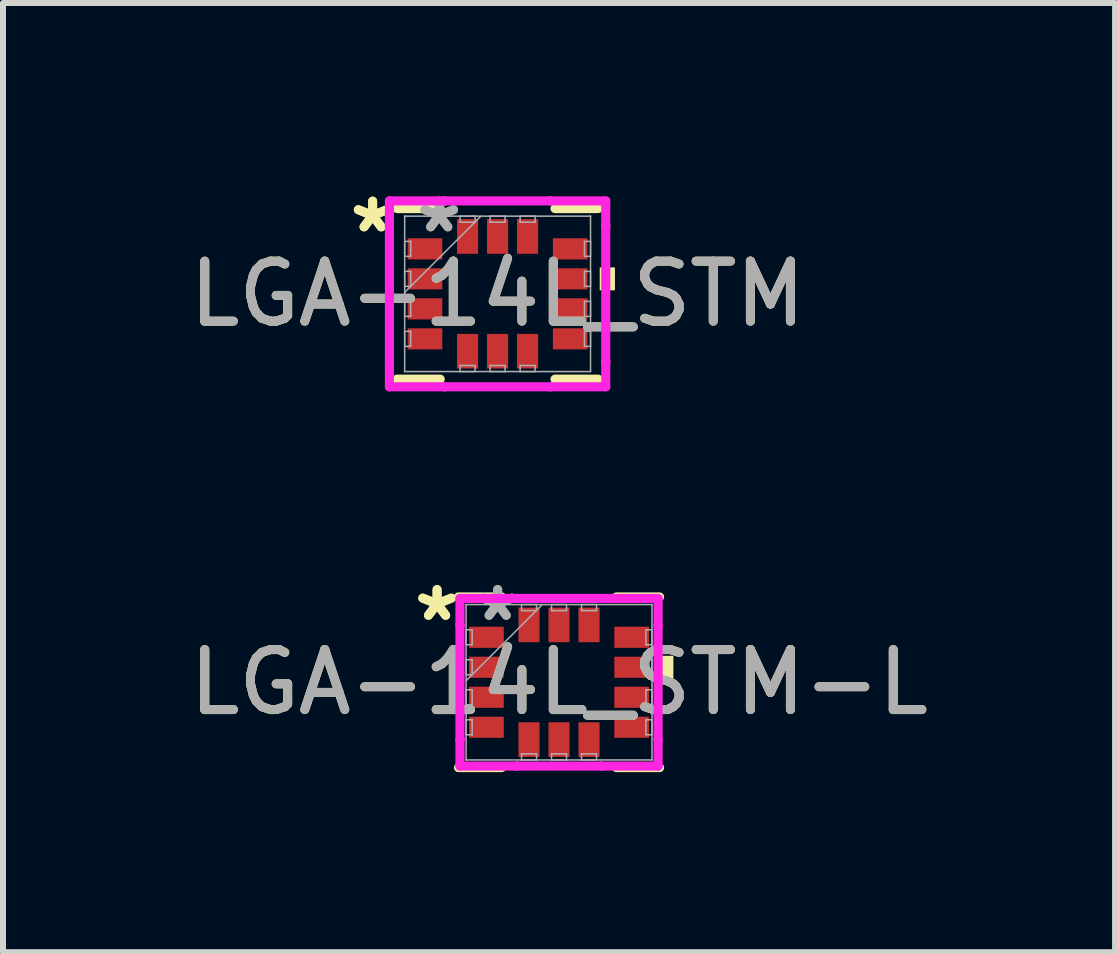
<source format=kicad_pcb>
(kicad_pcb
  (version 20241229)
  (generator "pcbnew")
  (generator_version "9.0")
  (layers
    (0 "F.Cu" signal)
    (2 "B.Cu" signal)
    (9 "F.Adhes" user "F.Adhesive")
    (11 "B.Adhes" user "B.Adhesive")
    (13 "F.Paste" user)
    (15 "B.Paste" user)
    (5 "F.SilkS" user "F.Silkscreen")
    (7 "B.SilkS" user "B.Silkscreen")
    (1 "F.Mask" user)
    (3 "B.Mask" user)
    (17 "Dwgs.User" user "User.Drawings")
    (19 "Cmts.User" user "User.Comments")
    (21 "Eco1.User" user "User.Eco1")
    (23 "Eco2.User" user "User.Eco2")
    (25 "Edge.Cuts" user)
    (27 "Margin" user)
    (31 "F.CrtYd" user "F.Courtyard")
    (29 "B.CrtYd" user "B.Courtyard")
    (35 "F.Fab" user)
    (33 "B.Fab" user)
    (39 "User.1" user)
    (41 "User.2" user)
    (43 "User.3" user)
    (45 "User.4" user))
  (footprint "LGA-14L_STM"
    (layer "F.Cu")
    (at 5.244 1.848)
    (property "Reference" "LGA-14L_STM" (at 0 0 0) (unlocked yes) (layer "F.SilkS") (effects (font (size 1 1) (thickness 0.15))))
    (attr smd)
    (fp_line (start -1.676 1.422) (end -0.957 1.422) (stroke (width 0.152) (type solid)) (layer "F.SilkS"))
    (fp_line (start -0.957 -1.422) (end -1.676 -1.422) (stroke (width 0.152) (type solid)) (layer "F.SilkS"))
    (fp_line (start 0.957 1.422) (end 1.676 1.422) (stroke (width 0.152) (type solid)) (layer "F.SilkS"))
    (fp_line (start 1.676 -1.422) (end 0.957 -1.422) (stroke (width 0.152) (type solid)) (layer "F.SilkS"))
    (fp_poly (pts (xy 1.956 -0.441) (xy 1.956 -0.059) (xy 1.702 -0.059) (xy 1.702 -0.441)) (stroke (width 0) (type solid)) (fill yes) (layer "F.SilkS"))
    (fp_line (start -1.803 -1.549) (end -0.879 -1.549) (stroke (width 0.152) (type solid)) (layer "F.CrtYd"))
    (fp_line (start -1.803 -1.129) (end -1.803 -1.549) (stroke (width 0.152) (type solid)) (layer "F.CrtYd"))
    (fp_line (start -1.803 -1.129) (end -1.803 -1.129) (stroke (width 0.152) (type solid)) (layer "F.CrtYd"))
    (fp_line (start -1.803 1.129) (end -1.803 -1.129) (stroke (width 0.152) (type solid)) (layer "F.CrtYd"))
    (fp_line (start -1.803 1.129) (end -1.803 1.129) (stroke (width 0.152) (type solid)) (layer "F.CrtYd"))
    (fp_line (start -1.803 1.549) (end -1.803 1.129) (stroke (width 0.152) (type solid)) (layer "F.CrtYd"))
    (fp_line (start -0.879 -1.549) (end -0.879 -1.549) (stroke (width 0.152) (type solid)) (layer "F.CrtYd"))
    (fp_line (start -0.879 -1.549) (end 0.879 -1.549) (stroke (width 0.152) (type solid)) (layer "F.CrtYd"))
    (fp_line (start -0.879 1.549) (end -1.803 1.549) (stroke (width 0.152) (type solid)) (layer "F.CrtYd"))
    (fp_line (start -0.879 1.549) (end -0.879 1.549) (stroke (width 0.152) (type solid)) (layer "F.CrtYd"))
    (fp_line (start 0.879 -1.549) (end 0.879 -1.549) (stroke (width 0.152) (type solid)) (layer "F.CrtYd"))
    (fp_line (start 0.879 -1.549) (end 1.803 -1.549) (stroke (width 0.152) (type solid)) (layer "F.CrtYd"))
    (fp_line (start 0.879 1.549) (end -0.879 1.549) (stroke (width 0.152) (type solid)) (layer "F.CrtYd"))
    (fp_line (start 0.879 1.549) (end 0.879 1.549) (stroke (width 0.152) (type solid)) (layer "F.CrtYd"))
    (fp_line (start 1.803 -1.549) (end 1.803 -1.129) (stroke (width 0.152) (type solid)) (layer "F.CrtYd"))
    (fp_line (start 1.803 -1.129) (end 1.803 -1.129) (stroke (width 0.152) (type solid)) (layer "F.CrtYd"))
    (fp_line (start 1.803 -1.129) (end 1.803 1.129) (stroke (width 0.152) (type solid)) (layer "F.CrtYd"))
    (fp_line (start 1.803 1.129) (end 1.803 1.129) (stroke (width 0.152) (type solid)) (layer "F.CrtYd"))
    (fp_line (start 1.803 1.129) (end 1.803 1.549) (stroke (width 0.152) (type solid)) (layer "F.CrtYd"))
    (fp_line (start 1.803 1.549) (end 0.879 1.549) (stroke (width 0.152) (type solid)) (layer "F.CrtYd"))
    (fp_line (start -1.549 -1.295) (end -1.549 -1.295) (stroke (width 0.025) (type solid)) (layer "F.Fab"))
    (fp_line (start -1.549 -1.295) (end -1.549 1.295) (stroke (width 0.025) (type solid)) (layer "F.Fab"))
    (fp_line (start -1.549 -0.875) (end -1.448 -0.875) (stroke (width 0.025) (type solid)) (layer "F.Fab"))
    (fp_line (start -1.549 -0.625) (end -1.549 -0.875) (stroke (width 0.025) (type solid)) (layer "F.Fab"))
    (fp_line (start -1.549 -0.375) (end -1.448 -0.375) (stroke (width 0.025) (type solid)) (layer "F.Fab"))
    (fp_line (start -1.549 -0.125) (end -1.549 -0.375) (stroke (width 0.025) (type solid)) (layer "F.Fab"))
    (fp_line (start -1.549 -0.025) (end -0.279 -1.295) (stroke (width 0.025) (type solid)) (layer "F.Fab"))
    (fp_line (start -1.549 0.125) (end -1.448 0.125) (stroke (width 0.025) (type solid)) (layer "F.Fab"))
    (fp_line (start -1.549 0.375) (end -1.549 0.125) (stroke (width 0.025) (type solid)) (layer "F.Fab"))
    (fp_line (start -1.549 0.625) (end -1.448 0.625) (stroke (width 0.025) (type solid)) (layer "F.Fab"))
    (fp_line (start -1.549 0.875) (end -1.549 0.625) (stroke (width 0.025) (type solid)) (layer "F.Fab"))
    (fp_line (start -1.549 1.295) (end -1.549 1.295) (stroke (width 0.025) (type solid)) (layer "F.Fab"))
    (fp_line (start -1.549 1.295) (end 1.549 1.295) (stroke (width 0.025) (type solid)) (layer "F.Fab"))
    (fp_line (start -1.448 -0.875) (end -1.448 -0.625) (stroke (width 0.025) (type solid)) (layer "F.Fab"))
    (fp_line (start -1.448 -0.625) (end -1.549 -0.625) (stroke (width 0.025) (type solid)) (layer "F.Fab"))
    (fp_line (start -1.448 -0.375) (end -1.448 -0.125) (stroke (width 0.025) (type solid)) (layer "F.Fab"))
    (fp_line (start -1.448 -0.125) (end -1.549 -0.125) (stroke (width 0.025) (type solid)) (layer "F.Fab"))
    (fp_line (start -1.448 0.125) (end -1.448 0.375) (stroke (width 0.025) (type solid)) (layer "F.Fab"))
    (fp_line (start -1.448 0.375) (end -1.549 0.375) (stroke (width 0.025) (type solid)) (layer "F.Fab"))
    (fp_line (start -1.448 0.625) (end -1.448 0.875) (stroke (width 0.025) (type solid)) (layer "F.Fab"))
    (fp_line (start -1.448 0.875) (end -1.549 0.875) (stroke (width 0.025) (type solid)) (layer "F.Fab"))
    (fp_line (start -0.625 -1.295) (end -0.375 -1.295) (stroke (width 0.025) (type solid)) (layer "F.Fab"))
    (fp_line (start -0.625 -1.194) (end -0.625 -1.295) (stroke (width 0.025) (type solid)) (layer "F.Fab"))
    (fp_line (start -0.625 1.194) (end -0.375 1.194) (stroke (width 0.025) (type solid)) (layer "F.Fab"))
    (fp_line (start -0.625 1.295) (end -0.625 1.194) (stroke (width 0.025) (type solid)) (layer "F.Fab"))
    (fp_line (start -0.375 -1.295) (end -0.375 -1.194) (stroke (width 0.025) (type solid)) (layer "F.Fab"))
    (fp_line (start -0.375 -1.194) (end -0.625 -1.194) (stroke (width 0.025) (type solid)) (layer "F.Fab"))
    (fp_line (start -0.375 1.194) (end -0.375 1.295) (stroke (width 0.025) (type solid)) (layer "F.Fab"))
    (fp_line (start -0.375 1.295) (end -0.625 1.295) (stroke (width 0.025) (type solid)) (layer "F.Fab"))
    (fp_line (start -0.125 -1.295) (end 0.125 -1.295) (stroke (width 0.025) (type solid)) (layer "F.Fab"))
    (fp_line (start -0.125 -1.194) (end -0.125 -1.295) (stroke (width 0.025) (type solid)) (layer "F.Fab"))
    (fp_line (start -0.125 1.194) (end 0.125 1.194) (stroke (width 0.025) (type solid)) (layer "F.Fab"))
    (fp_line (start -0.125 1.295) (end -0.125 1.194) (stroke (width 0.025) (type solid)) (layer "F.Fab"))
    (fp_line (start 0.125 -1.295) (end 0.125 -1.194) (stroke (width 0.025) (type solid)) (layer "F.Fab"))
    (fp_line (start 0.125 -1.194) (end -0.125 -1.194) (stroke (width 0.025) (type solid)) (layer "F.Fab"))
    (fp_line (start 0.125 1.194) (end 0.125 1.295) (stroke (width 0.025) (type solid)) (layer "F.Fab"))
    (fp_line (start 0.125 1.295) (end -0.125 1.295) (stroke (width 0.025) (type solid)) (layer "F.Fab"))
    (fp_line (start 0.375 -1.295) (end 0.625 -1.295) (stroke (width 0.025) (type solid)) (layer "F.Fab"))
    (fp_line (start 0.375 -1.194) (end 0.375 -1.295) (stroke (width 0.025) (type solid)) (layer "F.Fab"))
    (fp_line (start 0.375 1.194) (end 0.625 1.194) (stroke (width 0.025) (type solid)) (layer "F.Fab"))
    (fp_line (start 0.375 1.295) (end 0.375 1.194) (stroke (width 0.025) (type solid)) (layer "F.Fab"))
    (fp_line (start 0.625 -1.295) (end 0.625 -1.194) (stroke (width 0.025) (type solid)) (layer "F.Fab"))
    (fp_line (start 0.625 -1.194) (end 0.375 -1.194) (stroke (width 0.025) (type solid)) (layer "F.Fab"))
    (fp_line (start 0.625 1.194) (end 0.625 1.295) (stroke (width 0.025) (type solid)) (layer "F.Fab"))
    (fp_line (start 0.625 1.295) (end 0.375 1.295) (stroke (width 0.025) (type solid)) (layer "F.Fab"))
    (fp_line (start 1.448 -0.875) (end 1.549 -0.875) (stroke (width 0.025) (type solid)) (layer "F.Fab"))
    (fp_line (start 1.448 -0.625) (end 1.448 -0.875) (stroke (width 0.025) (type solid)) (layer "F.Fab"))
    (fp_line (start 1.448 -0.375) (end 1.549 -0.375) (stroke (width 0.025) (type solid)) (layer "F.Fab"))
    (fp_line (start 1.448 -0.125) (end 1.448 -0.375) (stroke (width 0.025) (type solid)) (layer "F.Fab"))
    (fp_line (start 1.448 0.125) (end 1.549 0.125) (stroke (width 0.025) (type solid)) (layer "F.Fab"))
    (fp_line (start 1.448 0.375) (end 1.448 0.125) (stroke (width 0.025) (type solid)) (layer "F.Fab"))
    (fp_line (start 1.448 0.625) (end 1.549 0.625) (stroke (width 0.025) (type solid)) (layer "F.Fab"))
    (fp_line (start 1.448 0.875) (end 1.448 0.625) (stroke (width 0.025) (type solid)) (layer "F.Fab"))
    (fp_line (start 1.549 -1.295) (end -1.549 -1.295) (stroke (width 0.025) (type solid)) (layer "F.Fab"))
    (fp_line (start 1.549 -1.295) (end 1.549 -1.295) (stroke (width 0.025) (type solid)) (layer "F.Fab"))
    (fp_line (start 1.549 -0.875) (end 1.549 -0.625) (stroke (width 0.025) (type solid)) (layer "F.Fab"))
    (fp_line (start 1.549 -0.625) (end 1.448 -0.625) (stroke (width 0.025) (type solid)) (layer "F.Fab"))
    (fp_line (start 1.549 -0.375) (end 1.549 -0.125) (stroke (width 0.025) (type solid)) (layer "F.Fab"))
    (fp_line (start 1.549 -0.125) (end 1.448 -0.125) (stroke (width 0.025) (type solid)) (layer "F.Fab"))
    (fp_line (start 1.549 0.125) (end 1.549 0.375) (stroke (width 0.025) (type solid)) (layer "F.Fab"))
    (fp_line (start 1.549 0.375) (end 1.448 0.375) (stroke (width 0.025) (type solid)) (layer "F.Fab"))
    (fp_line (start 1.549 0.625) (end 1.549 0.875) (stroke (width 0.025) (type solid)) (layer "F.Fab"))
    (fp_line (start 1.549 0.875) (end 1.448 0.875) (stroke (width 0.025) (type solid)) (layer "F.Fab"))
    (fp_line (start 1.549 1.295) (end 1.549 -1.295) (stroke (width 0.025) (type solid)) (layer "F.Fab"))
    (fp_line (start 1.549 1.295) (end 1.549 1.295) (stroke (width 0.025) (type solid)) (layer "F.Fab"))
    (fp_text user "*" (at -2.083 -1 0) (unlocked yes) (layer "F.SilkS") (effects (font (size 1 1) (thickness 0.15))))
    (fp_text user "*" (at -2.083 -1 0) (layer "F.SilkS") (effects (font (size 1 1) (thickness 0.15))))
    (fp_text user "*" (at -0.973 -1 0) (layer "F.Fab") (effects (font (size 1 1) (thickness 0.15))))
    (fp_text user "${REFERENCE}" (at 0 0 0) (unlocked yes) (layer "F.Fab") (effects (font (size 1 1) (thickness 0.15))))
    (fp_text user "*" (at -0.973 -1 0) (unlocked yes) (layer "F.Fab") (effects (font (size 1 1) (thickness 0.15))))
    (pad "1" smd rect (at -1.21 -0.75 90) (size 0.352 0.577) (layers "F.Cu" "F.Mask" "F.Paste"))
    (pad "2" smd rect (at -1.21 -0.25 90) (size 0.352 0.577) (layers "F.Cu" "F.Mask" "F.Paste"))
    (pad "3" smd rect (at -1.21 0.25 90) (size 0.352 0.577) (layers "F.Cu" "F.Mask" "F.Paste"))
    (pad "4" smd rect (at -1.21 0.75 90) (size 0.352 0.577) (layers "F.Cu" "F.Mask" "F.Paste"))
    (pad "5" smd rect (at -0.5 0.956) (size 0.352 0.577) (layers "F.Cu" "F.Mask" "F.Paste"))
    (pad "6" smd rect (at 0 0.956) (size 0.352 0.577) (layers "F.Cu" "F.Mask" "F.Paste"))
    (pad "7" smd rect (at 0.5 0.956) (size 0.352 0.577) (layers "F.Cu" "F.Mask" "F.Paste"))
    (pad "8" smd rect (at 1.21 0.75 90) (size 0.352 0.577) (layers "F.Cu" "F.Mask" "F.Paste"))
    (pad "9" smd rect (at 1.21 0.25 90) (size 0.352 0.577) (layers "F.Cu" "F.Mask" "F.Paste"))
    (pad "10" smd rect (at 1.21 -0.25 90) (size 0.352 0.577) (layers "F.Cu" "F.Mask" "F.Paste"))
    (pad "11" smd rect (at 1.21 -0.75 90) (size 0.352 0.577) (layers "F.Cu" "F.Mask" "F.Paste"))
    (pad "12" smd rect (at 0.5 -0.956) (size 0.352 0.577) (layers "F.Cu" "F.Mask" "F.Paste"))
    (pad "13" smd rect (at 0 -0.956) (size 0.352 0.577) (layers "F.Cu" "F.Mask" "F.Paste"))
    (pad "14" smd rect (at -0.5 -0.956) (size 0.352 0.577) (layers "F.Cu" "F.Mask" "F.Paste")))
  (footprint "LGA-14L_STM-L"
    (layer "F.Cu")
    (at 6.268 8.322)
    (property "Reference" "LGA-14L_STM-L" (at 0 0 0) (unlocked yes) (layer "F.SilkS") (effects (font (size 1 1) (thickness 0.15))))
    (attr smd)
    (fp_line (start -1.676 1.422) (end -0.957 1.422) (stroke (width 0.152) (type solid)) (layer "F.SilkS"))
    (fp_line (start -0.957 -1.422) (end -1.676 -1.422) (stroke (width 0.152) (type solid)) (layer "F.SilkS"))
    (fp_line (start 0.957 1.422) (end 1.676 1.422) (stroke (width 0.152) (type solid)) (layer "F.SilkS"))
    (fp_line (start 1.676 -1.422) (end 0.957 -1.422) (stroke (width 0.152) (type solid)) (layer "F.SilkS"))
    (fp_poly (pts (xy 1.906 -0.441) (xy 1.906 -0.059) (xy 1.652 -0.059) (xy 1.652 -0.441)) (stroke (width 0) (type solid)) (fill yes) (layer "F.SilkS"))
    (fp_line (start -1.651 -1.397) (end -0.702 -1.397) (stroke (width 0.152) (type solid)) (layer "F.CrtYd"))
    (fp_line (start -1.651 -0.952) (end -1.651 -1.397) (stroke (width 0.152) (type solid)) (layer "F.CrtYd"))
    (fp_line (start -1.651 -0.952) (end -1.651 -0.952) (stroke (width 0.152) (type solid)) (layer "F.CrtYd"))
    (fp_line (start -1.651 0.952) (end -1.651 -0.952) (stroke (width 0.152) (type solid)) (layer "F.CrtYd"))
    (fp_line (start -1.651 0.952) (end -1.651 0.952) (stroke (width 0.152) (type solid)) (layer "F.CrtYd"))
    (fp_line (start -1.651 1.397) (end -1.651 0.952) (stroke (width 0.152) (type solid)) (layer "F.CrtYd"))
    (fp_line (start -0.702 -1.397) (end -0.702 -1.397) (stroke (width 0.152) (type solid)) (layer "F.CrtYd"))
    (fp_line (start -0.702 -1.397) (end 0.702 -1.397) (stroke (width 0.152) (type solid)) (layer "F.CrtYd"))
    (fp_line (start -0.702 1.397) (end -1.651 1.397) (stroke (width 0.152) (type solid)) (layer "F.CrtYd"))
    (fp_line (start -0.702 1.397) (end -0.702 1.397) (stroke (width 0.152) (type solid)) (layer "F.CrtYd"))
    (fp_line (start 0.702 -1.397) (end 0.702 -1.397) (stroke (width 0.152) (type solid)) (layer "F.CrtYd"))
    (fp_line (start 0.702 -1.397) (end 1.651 -1.397) (stroke (width 0.152) (type solid)) (layer "F.CrtYd"))
    (fp_line (start 0.702 1.397) (end -0.702 1.397) (stroke (width 0.152) (type solid)) (layer "F.CrtYd"))
    (fp_line (start 0.702 1.397) (end 0.702 1.397) (stroke (width 0.152) (type solid)) (layer "F.CrtYd"))
    (fp_line (start 1.651 -1.397) (end 1.651 -0.952) (stroke (width 0.152) (type solid)) (layer "F.CrtYd"))
    (fp_line (start 1.651 -0.952) (end 1.651 -0.952) (stroke (width 0.152) (type solid)) (layer "F.CrtYd"))
    (fp_line (start 1.651 -0.952) (end 1.651 0.952) (stroke (width 0.152) (type solid)) (layer "F.CrtYd"))
    (fp_line (start 1.651 0.952) (end 1.651 0.952) (stroke (width 0.152) (type solid)) (layer "F.CrtYd"))
    (fp_line (start 1.651 0.952) (end 1.651 1.397) (stroke (width 0.152) (type solid)) (layer "F.CrtYd"))
    (fp_line (start 1.651 1.397) (end 0.702 1.397) (stroke (width 0.152) (type solid)) (layer "F.CrtYd"))
    (fp_line (start -1.549 -1.295) (end -1.549 -1.295) (stroke (width 0.025) (type solid)) (layer "F.Fab"))
    (fp_line (start -1.549 -1.295) (end -1.549 1.295) (stroke (width 0.025) (type solid)) (layer "F.Fab"))
    (fp_line (start -1.549 -0.875) (end -1.448 -0.875) (stroke (width 0.025) (type solid)) (layer "F.Fab"))
    (fp_line (start -1.549 -0.625) (end -1.549 -0.875) (stroke (width 0.025) (type solid)) (layer "F.Fab"))
    (fp_line (start -1.549 -0.375) (end -1.448 -0.375) (stroke (width 0.025) (type solid)) (layer "F.Fab"))
    (fp_line (start -1.549 -0.125) (end -1.549 -0.375) (stroke (width 0.025) (type solid)) (layer "F.Fab"))
    (fp_line (start -1.549 -0.025) (end -0.279 -1.295) (stroke (width 0.025) (type solid)) (layer "F.Fab"))
    (fp_line (start -1.549 0.125) (end -1.448 0.125) (stroke (width 0.025) (type solid)) (layer "F.Fab"))
    (fp_line (start -1.549 0.375) (end -1.549 0.125) (stroke (width 0.025) (type solid)) (layer "F.Fab"))
    (fp_line (start -1.549 0.625) (end -1.448 0.625) (stroke (width 0.025) (type solid)) (layer "F.Fab"))
    (fp_line (start -1.549 0.875) (end -1.549 0.625) (stroke (width 0.025) (type solid)) (layer "F.Fab"))
    (fp_line (start -1.549 1.295) (end -1.549 1.295) (stroke (width 0.025) (type solid)) (layer "F.Fab"))
    (fp_line (start -1.549 1.295) (end 1.549 1.295) (stroke (width 0.025) (type solid)) (layer "F.Fab"))
    (fp_line (start -1.448 -0.875) (end -1.448 -0.625) (stroke (width 0.025) (type solid)) (layer "F.Fab"))
    (fp_line (start -1.448 -0.625) (end -1.549 -0.625) (stroke (width 0.025) (type solid)) (layer "F.Fab"))
    (fp_line (start -1.448 -0.375) (end -1.448 -0.125) (stroke (width 0.025) (type solid)) (layer "F.Fab"))
    (fp_line (start -1.448 -0.125) (end -1.549 -0.125) (stroke (width 0.025) (type solid)) (layer "F.Fab"))
    (fp_line (start -1.448 0.125) (end -1.448 0.375) (stroke (width 0.025) (type solid)) (layer "F.Fab"))
    (fp_line (start -1.448 0.375) (end -1.549 0.375) (stroke (width 0.025) (type solid)) (layer "F.Fab"))
    (fp_line (start -1.448 0.625) (end -1.448 0.875) (stroke (width 0.025) (type solid)) (layer "F.Fab"))
    (fp_line (start -1.448 0.875) (end -1.549 0.875) (stroke (width 0.025) (type solid)) (layer "F.Fab"))
    (fp_line (start -0.625 -1.295) (end -0.375 -1.295) (stroke (width 0.025) (type solid)) (layer "F.Fab"))
    (fp_line (start -0.625 -1.194) (end -0.625 -1.295) (stroke (width 0.025) (type solid)) (layer "F.Fab"))
    (fp_line (start -0.625 1.194) (end -0.375 1.194) (stroke (width 0.025) (type solid)) (layer "F.Fab"))
    (fp_line (start -0.625 1.295) (end -0.625 1.194) (stroke (width 0.025) (type solid)) (layer "F.Fab"))
    (fp_line (start -0.375 -1.295) (end -0.375 -1.194) (stroke (width 0.025) (type solid)) (layer "F.Fab"))
    (fp_line (start -0.375 -1.194) (end -0.625 -1.194) (stroke (width 0.025) (type solid)) (layer "F.Fab"))
    (fp_line (start -0.375 1.194) (end -0.375 1.295) (stroke (width 0.025) (type solid)) (layer "F.Fab"))
    (fp_line (start -0.375 1.295) (end -0.625 1.295) (stroke (width 0.025) (type solid)) (layer "F.Fab"))
    (fp_line (start -0.125 -1.295) (end 0.125 -1.295) (stroke (width 0.025) (type solid)) (layer "F.Fab"))
    (fp_line (start -0.125 -1.194) (end -0.125 -1.295) (stroke (width 0.025) (type solid)) (layer "F.Fab"))
    (fp_line (start -0.125 1.194) (end 0.125 1.194) (stroke (width 0.025) (type solid)) (layer "F.Fab"))
    (fp_line (start -0.125 1.295) (end -0.125 1.194) (stroke (width 0.025) (type solid)) (layer "F.Fab"))
    (fp_line (start 0.125 -1.295) (end 0.125 -1.194) (stroke (width 0.025) (type solid)) (layer "F.Fab"))
    (fp_line (start 0.125 -1.194) (end -0.125 -1.194) (stroke (width 0.025) (type solid)) (layer "F.Fab"))
    (fp_line (start 0.125 1.194) (end 0.125 1.295) (stroke (width 0.025) (type solid)) (layer "F.Fab"))
    (fp_line (start 0.125 1.295) (end -0.125 1.295) (stroke (width 0.025) (type solid)) (layer "F.Fab"))
    (fp_line (start 0.375 -1.295) (end 0.625 -1.295) (stroke (width 0.025) (type solid)) (layer "F.Fab"))
    (fp_line (start 0.375 -1.194) (end 0.375 -1.295) (stroke (width 0.025) (type solid)) (layer "F.Fab"))
    (fp_line (start 0.375 1.194) (end 0.625 1.194) (stroke (width 0.025) (type solid)) (layer "F.Fab"))
    (fp_line (start 0.375 1.295) (end 0.375 1.194) (stroke (width 0.025) (type solid)) (layer "F.Fab"))
    (fp_line (start 0.625 -1.295) (end 0.625 -1.194) (stroke (width 0.025) (type solid)) (layer "F.Fab"))
    (fp_line (start 0.625 -1.194) (end 0.375 -1.194) (stroke (width 0.025) (type solid)) (layer "F.Fab"))
    (fp_line (start 0.625 1.194) (end 0.625 1.295) (stroke (width 0.025) (type solid)) (layer "F.Fab"))
    (fp_line (start 0.625 1.295) (end 0.375 1.295) (stroke (width 0.025) (type solid)) (layer "F.Fab"))
    (fp_line (start 1.448 -0.875) (end 1.549 -0.875) (stroke (width 0.025) (type solid)) (layer "F.Fab"))
    (fp_line (start 1.448 -0.625) (end 1.448 -0.875) (stroke (width 0.025) (type solid)) (layer "F.Fab"))
    (fp_line (start 1.448 -0.375) (end 1.549 -0.375) (stroke (width 0.025) (type solid)) (layer "F.Fab"))
    (fp_line (start 1.448 -0.125) (end 1.448 -0.375) (stroke (width 0.025) (type solid)) (layer "F.Fab"))
    (fp_line (start 1.448 0.125) (end 1.549 0.125) (stroke (width 0.025) (type solid)) (layer "F.Fab"))
    (fp_line (start 1.448 0.375) (end 1.448 0.125) (stroke (width 0.025) (type solid)) (layer "F.Fab"))
    (fp_line (start 1.448 0.625) (end 1.549 0.625) (stroke (width 0.025) (type solid)) (layer "F.Fab"))
    (fp_line (start 1.448 0.875) (end 1.448 0.625) (stroke (width 0.025) (type solid)) (layer "F.Fab"))
    (fp_line (start 1.549 -1.295) (end -1.549 -1.295) (stroke (width 0.025) (type solid)) (layer "F.Fab"))
    (fp_line (start 1.549 -1.295) (end 1.549 -1.295) (stroke (width 0.025) (type solid)) (layer "F.Fab"))
    (fp_line (start 1.549 -0.875) (end 1.549 -0.625) (stroke (width 0.025) (type solid)) (layer "F.Fab"))
    (fp_line (start 1.549 -0.625) (end 1.448 -0.625) (stroke (width 0.025) (type solid)) (layer "F.Fab"))
    (fp_line (start 1.549 -0.375) (end 1.549 -0.125) (stroke (width 0.025) (type solid)) (layer "F.Fab"))
    (fp_line (start 1.549 -0.125) (end 1.448 -0.125) (stroke (width 0.025) (type solid)) (layer "F.Fab"))
    (fp_line (start 1.549 0.125) (end 1.549 0.375) (stroke (width 0.025) (type solid)) (layer "F.Fab"))
    (fp_line (start 1.549 0.375) (end 1.448 0.375) (stroke (width 0.025) (type solid)) (layer "F.Fab"))
    (fp_line (start 1.549 0.625) (end 1.549 0.875) (stroke (width 0.025) (type solid)) (layer "F.Fab"))
    (fp_line (start 1.549 0.875) (end 1.448 0.875) (stroke (width 0.025) (type solid)) (layer "F.Fab"))
    (fp_line (start 1.549 1.295) (end 1.549 -1.295) (stroke (width 0.025) (type solid)) (layer "F.Fab"))
    (fp_line (start 1.549 1.295) (end 1.549 1.295) (stroke (width 0.025) (type solid)) (layer "F.Fab"))
    (fp_text user "*" (at -2.033 -1 0) (unlocked yes) (layer "F.SilkS") (effects (font (size 1 1) (thickness 0.15))))
    (fp_text user "*" (at -2.033 -1 0) (layer "F.SilkS") (effects (font (size 1 1) (thickness 0.15))))
    (fp_text user "*" (at -1.023 -1 0) (unlocked yes) (layer "F.Fab") (effects (font (size 1 1) (thickness 0.15))))
    (fp_text user "${REFERENCE}" (at 0 0 0) (unlocked yes) (layer "F.Fab") (effects (font (size 1 1) (thickness 0.15))))
    (fp_text user "*" (at -1.023 -1 0) (layer "F.Fab") (effects (font (size 1 1) (thickness 0.15))))
    (pad "1" smd rect (at -1.21 -0.75 90) (size 0.352 0.577) (layers "F.Cu" "F.Mask" "F.Paste"))
    (pad "2" smd rect (at -1.21 -0.25 90) (size 0.352 0.577) (layers "F.Cu" "F.Mask" "F.Paste"))
    (pad "3" smd rect (at -1.21 0.25 90) (size 0.352 0.577) (layers "F.Cu" "F.Mask" "F.Paste"))
    (pad "4" smd rect (at -1.21 0.75 90) (size 0.352 0.577) (layers "F.Cu" "F.Mask" "F.Paste"))
    (pad "5" smd rect (at -0.5 0.956) (size 0.352 0.577) (layers "F.Cu" "F.Mask" "F.Paste"))
    (pad "6" smd rect (at 0 0.956) (size 0.352 0.577) (layers "F.Cu" "F.Mask" "F.Paste"))
    (pad "7" smd rect (at 0.5 0.956) (size 0.352 0.577) (layers "F.Cu" "F.Mask" "F.Paste"))
    (pad "8" smd rect (at 1.21 0.75 90) (size 0.352 0.577) (layers "F.Cu" "F.Mask" "F.Paste"))
    (pad "9" smd rect (at 1.21 0.25 90) (size 0.352 0.577) (layers "F.Cu" "F.Mask" "F.Paste"))
    (pad "10" smd rect (at 1.21 -0.25 90) (size 0.352 0.577) (layers "F.Cu" "F.Mask" "F.Paste"))
    (pad "11" smd rect (at 1.21 -0.75 90) (size 0.352 0.577) (layers "F.Cu" "F.Mask" "F.Paste"))
    (pad "12" smd rect (at 0.5 -0.956) (size 0.352 0.577) (layers "F.Cu" "F.Mask" "F.Paste"))
    (pad "13" smd rect (at 0 -0.956) (size 0.352 0.577) (layers "F.Cu" "F.Mask" "F.Paste"))
    (pad "14" smd rect (at -0.5 -0.956) (size 0.352 0.577) (layers "F.Cu" "F.Mask" "F.Paste")))
  (gr_rect
    (start -3 -3)
    (end 15.536 12.821)
    (stroke (width 0.1) (type default))
    (fill no)
    (layer "Edge.Cuts")))
</source>
